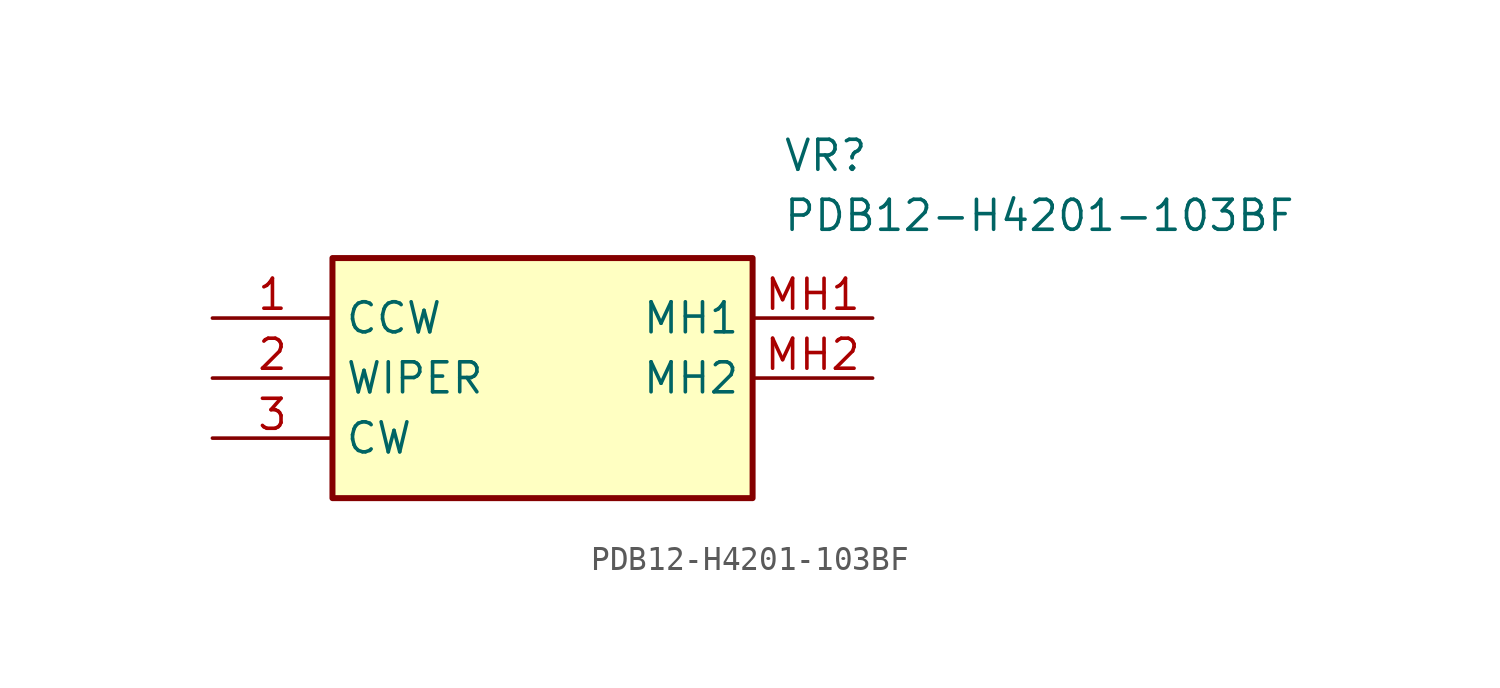
<source format=kicad_sym>
(kicad_symbol_lib
  (version 20211014)
  (generator SamacSys_ECAD_Model)
  (symbol "PDB12-H4201-103BF"
    (property "Reference" "VR"
      (at 24.13 7.62 0)
      (effects (font (size 1.27 1.27)) (justify left top)))
    (property "Value" "PDB12-H4201-103BF"
      (at 24.13 5.08 0)
      (effects (font (size 1.27 1.27)) (justify left top)))
    (rectangle
      (start 5.08 2.54)
      (end 22.86 -7.62)
      (stroke (width 0.254) (type default))
      (fill (type background)))
    (pin passive line
      (at 0 0 0)
      (length 5.08)
      (name "CCW" (effects (font (size 1.27 1.27))))
      (number "1" (effects (font (size 1.27 1.27)))))
    (pin passive line
      (at 0 -2.54 0)
      (length 5.08)
      (name "WIPER" (effects (font (size 1.27 1.27))))
      (number "2" (effects (font (size 1.27 1.27)))))
    (pin passive line
      (at 0 -5.08 0)
      (length 5.08)
      (name "CW" (effects (font (size 1.27 1.27))))
      (number "3" (effects (font (size 1.27 1.27)))))
    (pin passive line
      (at 27.94 0 180)
      (length 5.08)
      (name "MH1" (effects (font (size 1.27 1.27))))
      (number "MH1" (effects (font (size 1.27 1.27)))))
    (pin passive line
      (at 27.94 -2.54 180)
      (length 5.08)
      (name "MH2" (effects (font (size 1.27 1.27))))
      (number "MH2" (effects (font (size 1.27 1.27)))))))
</source>
